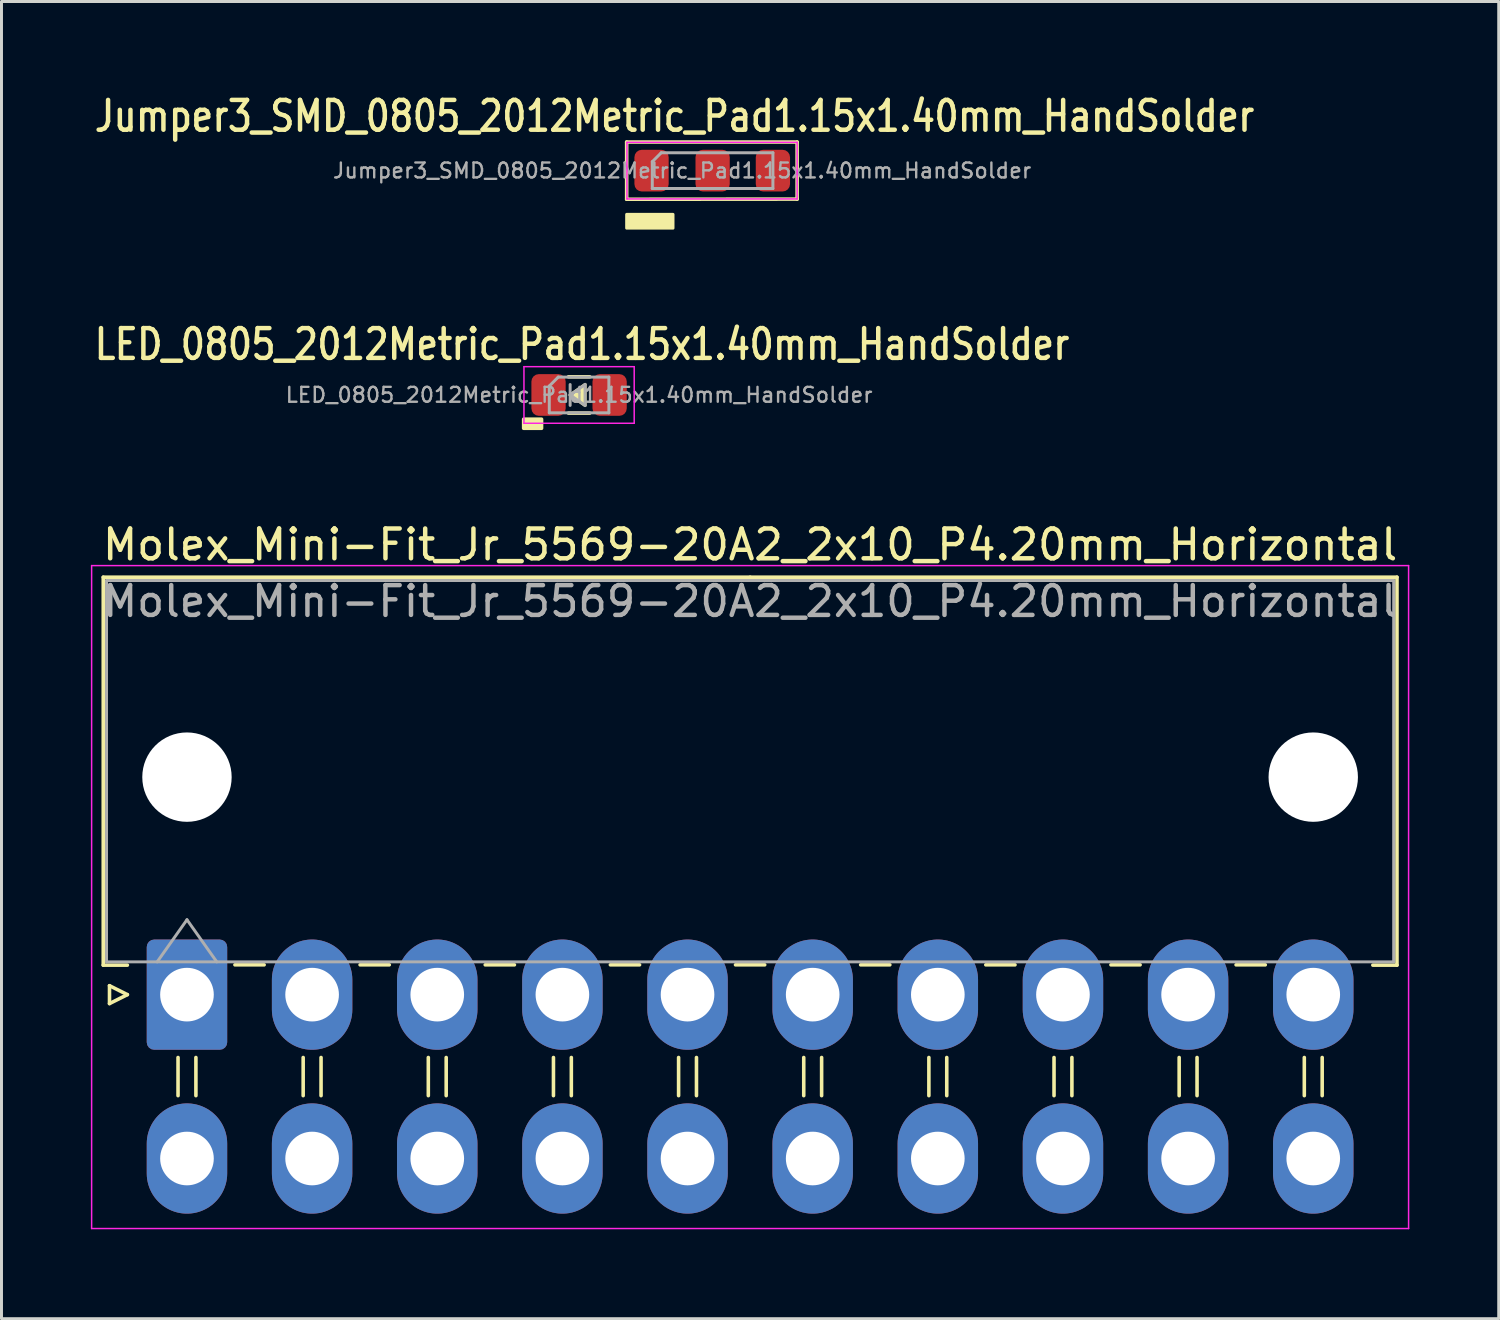
<source format=kicad_pcb>
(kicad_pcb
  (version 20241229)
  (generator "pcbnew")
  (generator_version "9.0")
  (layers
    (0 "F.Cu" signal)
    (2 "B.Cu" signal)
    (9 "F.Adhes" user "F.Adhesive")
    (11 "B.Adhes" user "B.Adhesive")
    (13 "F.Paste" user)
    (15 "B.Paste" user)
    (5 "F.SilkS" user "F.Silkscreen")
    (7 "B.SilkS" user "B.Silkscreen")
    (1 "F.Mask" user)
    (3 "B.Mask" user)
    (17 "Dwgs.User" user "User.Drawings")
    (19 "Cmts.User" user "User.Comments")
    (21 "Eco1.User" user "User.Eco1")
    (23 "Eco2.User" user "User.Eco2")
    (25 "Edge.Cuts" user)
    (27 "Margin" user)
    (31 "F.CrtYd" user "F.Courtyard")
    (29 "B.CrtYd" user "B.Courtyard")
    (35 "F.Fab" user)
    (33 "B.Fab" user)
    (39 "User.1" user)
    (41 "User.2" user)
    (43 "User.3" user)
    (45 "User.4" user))
  (footprint "LED_0805_2012Metric_Pad1.15x1.40mm_HandSolder"
    (layer "F.Cu")
    (at 16.385 10.206)
    (property "Reference" "LED_0805_2012Metric_Pad1.15x1.40mm_HandSolder" (at 0.1 -1.7 0) (layer "F.SilkS") (effects (font (size 1 0.83) (thickness 0.15))))
    (attr smd)
    (fp_line (start 0.356 -0.61) (end -0.356 -0.61) (stroke (width 0.12) (type solid)) (layer "F.SilkS"))
    (fp_line (start 0.356 0.61) (end -0.356 0.61) (stroke (width 0.12) (type solid)) (layer "F.SilkS"))
    (fp_poly (pts (xy -0.305 0) (xy 0.203 -0.356) (xy 0.203 0.356)) (stroke (width 0.1) (type solid)) (fill yes) (layer "F.SilkS"))
    (fp_poly (pts (xy -1.26 1.118) (xy -1.26 0.813) (xy -1.86 0.813) (xy -1.86 1.118)) (stroke (width 0.12) (type solid)) (fill yes) (layer "F.SilkS"))
    (fp_line (start -1.85 -0.95) (end 1.85 -0.95) (stroke (width 0.05) (type solid)) (layer "F.CrtYd"))
    (fp_line (start -1.85 0.95) (end -1.85 -0.95) (stroke (width 0.05) (type solid)) (layer "F.CrtYd"))
    (fp_line (start 1.85 -0.95) (end 1.85 0.95) (stroke (width 0.05) (type solid)) (layer "F.CrtYd"))
    (fp_line (start 1.85 0.95) (end -1.85 0.95) (stroke (width 0.05) (type solid)) (layer "F.CrtYd"))
    (fp_line (start -1 -0.3) (end -1 0.6) (stroke (width 0.1) (type solid)) (layer "F.Fab"))
    (fp_line (start -1 0.6) (end 1 0.6) (stroke (width 0.1) (type solid)) (layer "F.Fab"))
    (fp_line (start -0.7 -0.6) (end -1 -0.3) (stroke (width 0.1) (type solid)) (layer "F.Fab"))
    (fp_line (start -0.3 -0.35) (end -0.3 0.35) (stroke (width 0.1) (type solid)) (layer "F.Fab"))
    (fp_line (start -0.3 0) (end 0.2 -0.35) (stroke (width 0.1) (type solid)) (layer "F.Fab"))
    (fp_line (start 0.2 -0.35) (end 0.2 0.35) (stroke (width 0.1) (type solid)) (layer "F.Fab"))
    (fp_line (start 0.2 0.35) (end -0.3 0) (stroke (width 0.1) (type solid)) (layer "F.Fab"))
    (fp_line (start 1 -0.6) (end -0.7 -0.6) (stroke (width 0.1) (type solid)) (layer "F.Fab"))
    (fp_line (start 1 0.6) (end 1 -0.6) (stroke (width 0.1) (type solid)) (layer "F.Fab"))
    (fp_text user "${REFERENCE}" (at 0 0 0) (layer "F.Fab") (effects (font (size 0.5 0.5) (thickness 0.08))))
    (pad "1" smd roundrect (at -1.025 0) (size 1.15 1.4) (layers "F.Cu" "F.Mask" "F.Paste") (roundrect_rratio 0.217))
    (pad "2" smd roundrect (at 1.025 0) (size 1.15 1.4) (layers "F.Cu" "F.Mask" "F.Paste") (roundrect_rratio 0.217)))
  (footprint "Jumper3_SMD_0805_2012Metric_Pad1.15x1.40mm_HandSolder"
    (layer "F.Cu")
    (at 19.842 2.677)
    (property "Reference" "Jumper3_SMD_0805_2012Metric_Pad1.15x1.40mm_HandSolder" (at -0.254 -1.829 0) (layer "F.SilkS") (effects (font (size 1 0.83) (thickness 0.15))))
    (attr smd)
    (fp_line (start -1.86 -0.96) (end -1.86 0.96) (stroke (width 0.12) (type solid)) (layer "F.SilkS"))
    (fp_line (start -1.86 0.96) (end 3.861 0.955) (stroke (width 0.12) (type solid)) (layer "F.SilkS"))
    (fp_line (start 3.861 -0.96) (end -1.86 -0.96) (stroke (width 0.12) (type solid)) (layer "F.SilkS"))
    (fp_line (start 3.861 -0.96) (end 3.861 0.955) (stroke (width 0.12) (type solid)) (layer "F.SilkS"))
    (fp_poly (pts (xy -0.305 1.93) (xy -1.86 1.93) (xy -1.86 1.468) (xy -0.305 1.468)) (stroke (width 0.1) (type solid)) (fill yes) (layer "F.SilkS"))
    (fp_line (start -1.85 -0.95) (end 3.861 -0.95) (stroke (width 0.05) (type solid)) (layer "F.CrtYd"))
    (fp_line (start -1.85 0.95) (end -1.85 -0.95) (stroke (width 0.05) (type solid)) (layer "F.CrtYd"))
    (fp_line (start 3.861 -0.95) (end 3.861 0.95) (stroke (width 0.05) (type solid)) (layer "F.CrtYd"))
    (fp_line (start 3.861 0.95) (end -1.85 0.95) (stroke (width 0.05) (type solid)) (layer "F.CrtYd"))
    (fp_line (start -1 -0.3) (end -1 0.6) (stroke (width 0.1) (type solid)) (layer "F.Fab"))
    (fp_line (start -1 0.6) (end 3.048 0.6) (stroke (width 0.1) (type solid)) (layer "F.Fab"))
    (fp_line (start -0.7 -0.6) (end -1 -0.3) (stroke (width 0.1) (type solid)) (layer "F.Fab"))
    (fp_line (start 3.048 -0.6) (end -0.7 -0.6) (stroke (width 0.1) (type solid)) (layer "F.Fab"))
    (fp_line (start 3.048 0.6) (end 3.048 -0.6) (stroke (width 0.1) (type solid)) (layer "F.Fab"))
    (fp_text user "${REFERENCE}" (at 0 0 0) (layer "F.Fab") (effects (font (size 0.5 0.5) (thickness 0.08))))
    (pad "1" smd roundrect (at -1.025 0) (size 1.15 1.4) (layers "F.Cu" "F.Mask" "F.Paste") (roundrect_rratio 0.217))
    (pad "2" smd roundrect (at 1.025 0) (size 1.15 1.4) (layers "F.Cu" "F.Mask" "F.Paste") (roundrect_rratio 0.217))
    (pad "3" smd roundrect (at 3.048 0) (size 1.15 1.4) (layers "F.Cu" "F.Mask" "F.Paste") (roundrect_rratio 0.217)))
  (footprint "Molex_Mini-Fit_Jr_5569-20A2_2x10_P4.20mm_Horizontal"
    (layer "F.Cu")
    (at 3.225 30.332)
    (property "Reference" "Molex_Mini-Fit_Jr_5569-20A2_2x10_P4.20mm_Horizontal" (at 18.9 -15.1 0) (layer "F.SilkS") (effects (font (size 1 1) (thickness 0.15))))
    (attr through_hole)
    (fp_line (start -2.81 -14.01) (end 18.9 -14.01) (stroke (width 0.12) (type solid)) (layer "F.SilkS"))
    (fp_line (start -2.81 -0.99) (end -2.81 -14.01) (stroke (width 0.12) (type solid)) (layer "F.SilkS"))
    (fp_line (start -2.6 -0.3) (end -2 0) (stroke (width 0.12) (type solid)) (layer "F.SilkS"))
    (fp_line (start -2.6 0.3) (end -2.6 -0.3) (stroke (width 0.12) (type solid)) (layer "F.SilkS"))
    (fp_line (start -2 -0.99) (end -2.81 -0.99) (stroke (width 0.12) (type solid)) (layer "F.SilkS"))
    (fp_line (start -2 0) (end -2.6 0.3) (stroke (width 0.12) (type solid)) (layer "F.SilkS"))
    (fp_line (start -0.3 2.11) (end -0.3 3.39) (stroke (width 0.12) (type solid)) (layer "F.SilkS"))
    (fp_line (start 0.3 2.11) (end 0.3 3.39) (stroke (width 0.12) (type solid)) (layer "F.SilkS"))
    (fp_line (start 1.61 -1) (end 2.59 -1) (stroke (width 0.12) (type solid)) (layer "F.SilkS"))
    (fp_line (start 3.9 2.11) (end 3.9 3.39) (stroke (width 0.12) (type solid)) (layer "F.SilkS"))
    (fp_line (start 4.5 2.11) (end 4.5 3.39) (stroke (width 0.12) (type solid)) (layer "F.SilkS"))
    (fp_line (start 5.81 -1) (end 6.79 -1) (stroke (width 0.12) (type solid)) (layer "F.SilkS"))
    (fp_line (start 8.1 2.11) (end 8.1 3.39) (stroke (width 0.12) (type solid)) (layer "F.SilkS"))
    (fp_line (start 8.7 2.11) (end 8.7 3.39) (stroke (width 0.12) (type solid)) (layer "F.SilkS"))
    (fp_line (start 10.01 -1) (end 10.99 -1) (stroke (width 0.12) (type solid)) (layer "F.SilkS"))
    (fp_line (start 12.3 2.11) (end 12.3 3.39) (stroke (width 0.12) (type solid)) (layer "F.SilkS"))
    (fp_line (start 12.9 2.11) (end 12.9 3.39) (stroke (width 0.12) (type solid)) (layer "F.SilkS"))
    (fp_line (start 14.21 -1) (end 15.19 -1) (stroke (width 0.12) (type solid)) (layer "F.SilkS"))
    (fp_line (start 16.5 2.11) (end 16.5 3.39) (stroke (width 0.12) (type solid)) (layer "F.SilkS"))
    (fp_line (start 17.1 2.11) (end 17.1 3.39) (stroke (width 0.12) (type solid)) (layer "F.SilkS"))
    (fp_line (start 18.41 -1) (end 19.39 -1) (stroke (width 0.12) (type solid)) (layer "F.SilkS"))
    (fp_line (start 20.7 2.11) (end 20.7 3.39) (stroke (width 0.12) (type solid)) (layer "F.SilkS"))
    (fp_line (start 21.3 2.11) (end 21.3 3.39) (stroke (width 0.12) (type solid)) (layer "F.SilkS"))
    (fp_line (start 22.61 -1) (end 23.59 -1) (stroke (width 0.12) (type solid)) (layer "F.SilkS"))
    (fp_line (start 24.9 2.11) (end 24.9 3.39) (stroke (width 0.12) (type solid)) (layer "F.SilkS"))
    (fp_line (start 25.5 2.11) (end 25.5 3.39) (stroke (width 0.12) (type solid)) (layer "F.SilkS"))
    (fp_line (start 26.81 -1) (end 27.79 -1) (stroke (width 0.12) (type solid)) (layer "F.SilkS"))
    (fp_line (start 29.1 2.11) (end 29.1 3.39) (stroke (width 0.12) (type solid)) (layer "F.SilkS"))
    (fp_line (start 29.7 2.11) (end 29.7 3.39) (stroke (width 0.12) (type solid)) (layer "F.SilkS"))
    (fp_line (start 31.01 -1) (end 31.99 -1) (stroke (width 0.12) (type solid)) (layer "F.SilkS"))
    (fp_line (start 33.3 2.11) (end 33.3 3.39) (stroke (width 0.12) (type solid)) (layer "F.SilkS"))
    (fp_line (start 33.9 2.11) (end 33.9 3.39) (stroke (width 0.12) (type solid)) (layer "F.SilkS"))
    (fp_line (start 35.21 -1) (end 36.19 -1) (stroke (width 0.12) (type solid)) (layer "F.SilkS"))
    (fp_line (start 37.5 2.11) (end 37.5 3.39) (stroke (width 0.12) (type solid)) (layer "F.SilkS"))
    (fp_line (start 38.1 2.11) (end 38.1 3.39) (stroke (width 0.12) (type solid)) (layer "F.SilkS"))
    (fp_line (start 39.8 -0.99) (end 40.61 -0.99) (stroke (width 0.12) (type solid)) (layer "F.SilkS"))
    (fp_line (start 40.61 -14.01) (end 18.9 -14.01) (stroke (width 0.12) (type solid)) (layer "F.SilkS"))
    (fp_line (start 40.61 -0.99) (end 40.61 -14.01) (stroke (width 0.12) (type solid)) (layer "F.SilkS"))
    (fp_line (start -3.2 -14.4) (end -3.2 7.85) (stroke (width 0.05) (type solid)) (layer "F.CrtYd"))
    (fp_line (start -3.2 7.85) (end 41 7.85) (stroke (width 0.05) (type solid)) (layer "F.CrtYd"))
    (fp_line (start 41 -14.4) (end -3.2 -14.4) (stroke (width 0.05) (type solid)) (layer "F.CrtYd"))
    (fp_line (start 41 7.85) (end 41 -14.4) (stroke (width 0.05) (type solid)) (layer "F.CrtYd"))
    (fp_line (start -2.7 -13.9) (end -2.7 -1.1) (stroke (width 0.1) (type solid)) (layer "F.Fab"))
    (fp_line (start -2.7 -1.1) (end 40.5 -1.1) (stroke (width 0.1) (type solid)) (layer "F.Fab"))
    (fp_line (start -1 -1.1) (end 0 -2.514) (stroke (width 0.1) (type solid)) (layer "F.Fab"))
    (fp_line (start 0 -2.514) (end 1 -1.1) (stroke (width 0.1) (type solid)) (layer "F.Fab"))
    (fp_line (start 40.5 -13.9) (end -2.7 -13.9) (stroke (width 0.1) (type solid)) (layer "F.Fab"))
    (fp_line (start 40.5 -1.1) (end 40.5 -13.9) (stroke (width 0.1) (type solid)) (layer "F.Fab"))
    (fp_text user "${REFERENCE}" (at 18.9 -13.2 0) (layer "F.Fab") (effects (font (size 1 1) (thickness 0.15))))
    (pad "" np_thru_hole circle (at 0 -7.3) (size 3 3) (drill 3) (layers "*.Cu" "*.Mask"))
    (pad "" np_thru_hole circle (at 37.8 -7.3) (size 3 3) (drill 3) (layers "*.Cu" "*.Mask"))
    (pad "1" thru_hole roundrect (at 0 0) (size 2.7 3.7) (drill 1.8) (layers "*.Cu" "*.Mask") (roundrect_rratio 0.093))
    (pad "2" thru_hole oval (at 4.2 0) (size 2.7 3.7) (drill 1.8) (layers "*.Cu" "*.Mask"))
    (pad "3" thru_hole oval (at 8.4 0) (size 2.7 3.7) (drill 1.8) (layers "*.Cu" "*.Mask"))
    (pad "4" thru_hole oval (at 12.6 0) (size 2.7 3.7) (drill 1.8) (layers "*.Cu" "*.Mask"))
    (pad "5" thru_hole oval (at 16.8 0) (size 2.7 3.7) (drill 1.8) (layers "*.Cu" "*.Mask"))
    (pad "6" thru_hole oval (at 21 0) (size 2.7 3.7) (drill 1.8) (layers "*.Cu" "*.Mask"))
    (pad "7" thru_hole oval (at 25.2 0) (size 2.7 3.7) (drill 1.8) (layers "*.Cu" "*.Mask"))
    (pad "8" thru_hole oval (at 29.4 0) (size 2.7 3.7) (drill 1.8) (layers "*.Cu" "*.Mask"))
    (pad "9" thru_hole oval (at 33.6 0) (size 2.7 3.7) (drill 1.8) (layers "*.Cu" "*.Mask"))
    (pad "10" thru_hole oval (at 37.8 0) (size 2.7 3.7) (drill 1.8) (layers "*.Cu" "*.Mask"))
    (pad "11" thru_hole oval (at 0 5.5) (size 2.7 3.7) (drill 1.8) (layers "*.Cu" "*.Mask"))
    (pad "12" thru_hole oval (at 4.2 5.5) (size 2.7 3.7) (drill 1.8) (layers "*.Cu" "*.Mask"))
    (pad "13" thru_hole oval (at 8.4 5.5) (size 2.7 3.7) (drill 1.8) (layers "*.Cu" "*.Mask"))
    (pad "14" thru_hole oval (at 12.6 5.5) (size 2.7 3.7) (drill 1.8) (layers "*.Cu" "*.Mask"))
    (pad "15" thru_hole oval (at 16.8 5.5) (size 2.7 3.7) (drill 1.8) (layers "*.Cu" "*.Mask"))
    (pad "16" thru_hole oval (at 21 5.5) (size 2.7 3.7) (drill 1.8) (layers "*.Cu" "*.Mask"))
    (pad "17" thru_hole oval (at 25.2 5.5) (size 2.7 3.7) (drill 1.8) (layers "*.Cu" "*.Mask"))
    (pad "18" thru_hole oval (at 29.4 5.5) (size 2.7 3.7) (drill 1.8) (layers "*.Cu" "*.Mask"))
    (pad "19" thru_hole oval (at 33.6 5.5) (size 2.7 3.7) (drill 1.8) (layers "*.Cu" "*.Mask"))
    (pad "20" thru_hole oval (at 37.8 5.5) (size 2.7 3.7) (drill 1.8) (layers "*.Cu" "*.Mask")))
  (gr_rect
    (start -3 -3)
    (end 47.25 41.207)
    (stroke (width 0.1) (type default))
    (fill no)
    (layer "Edge.Cuts")))
</source>
